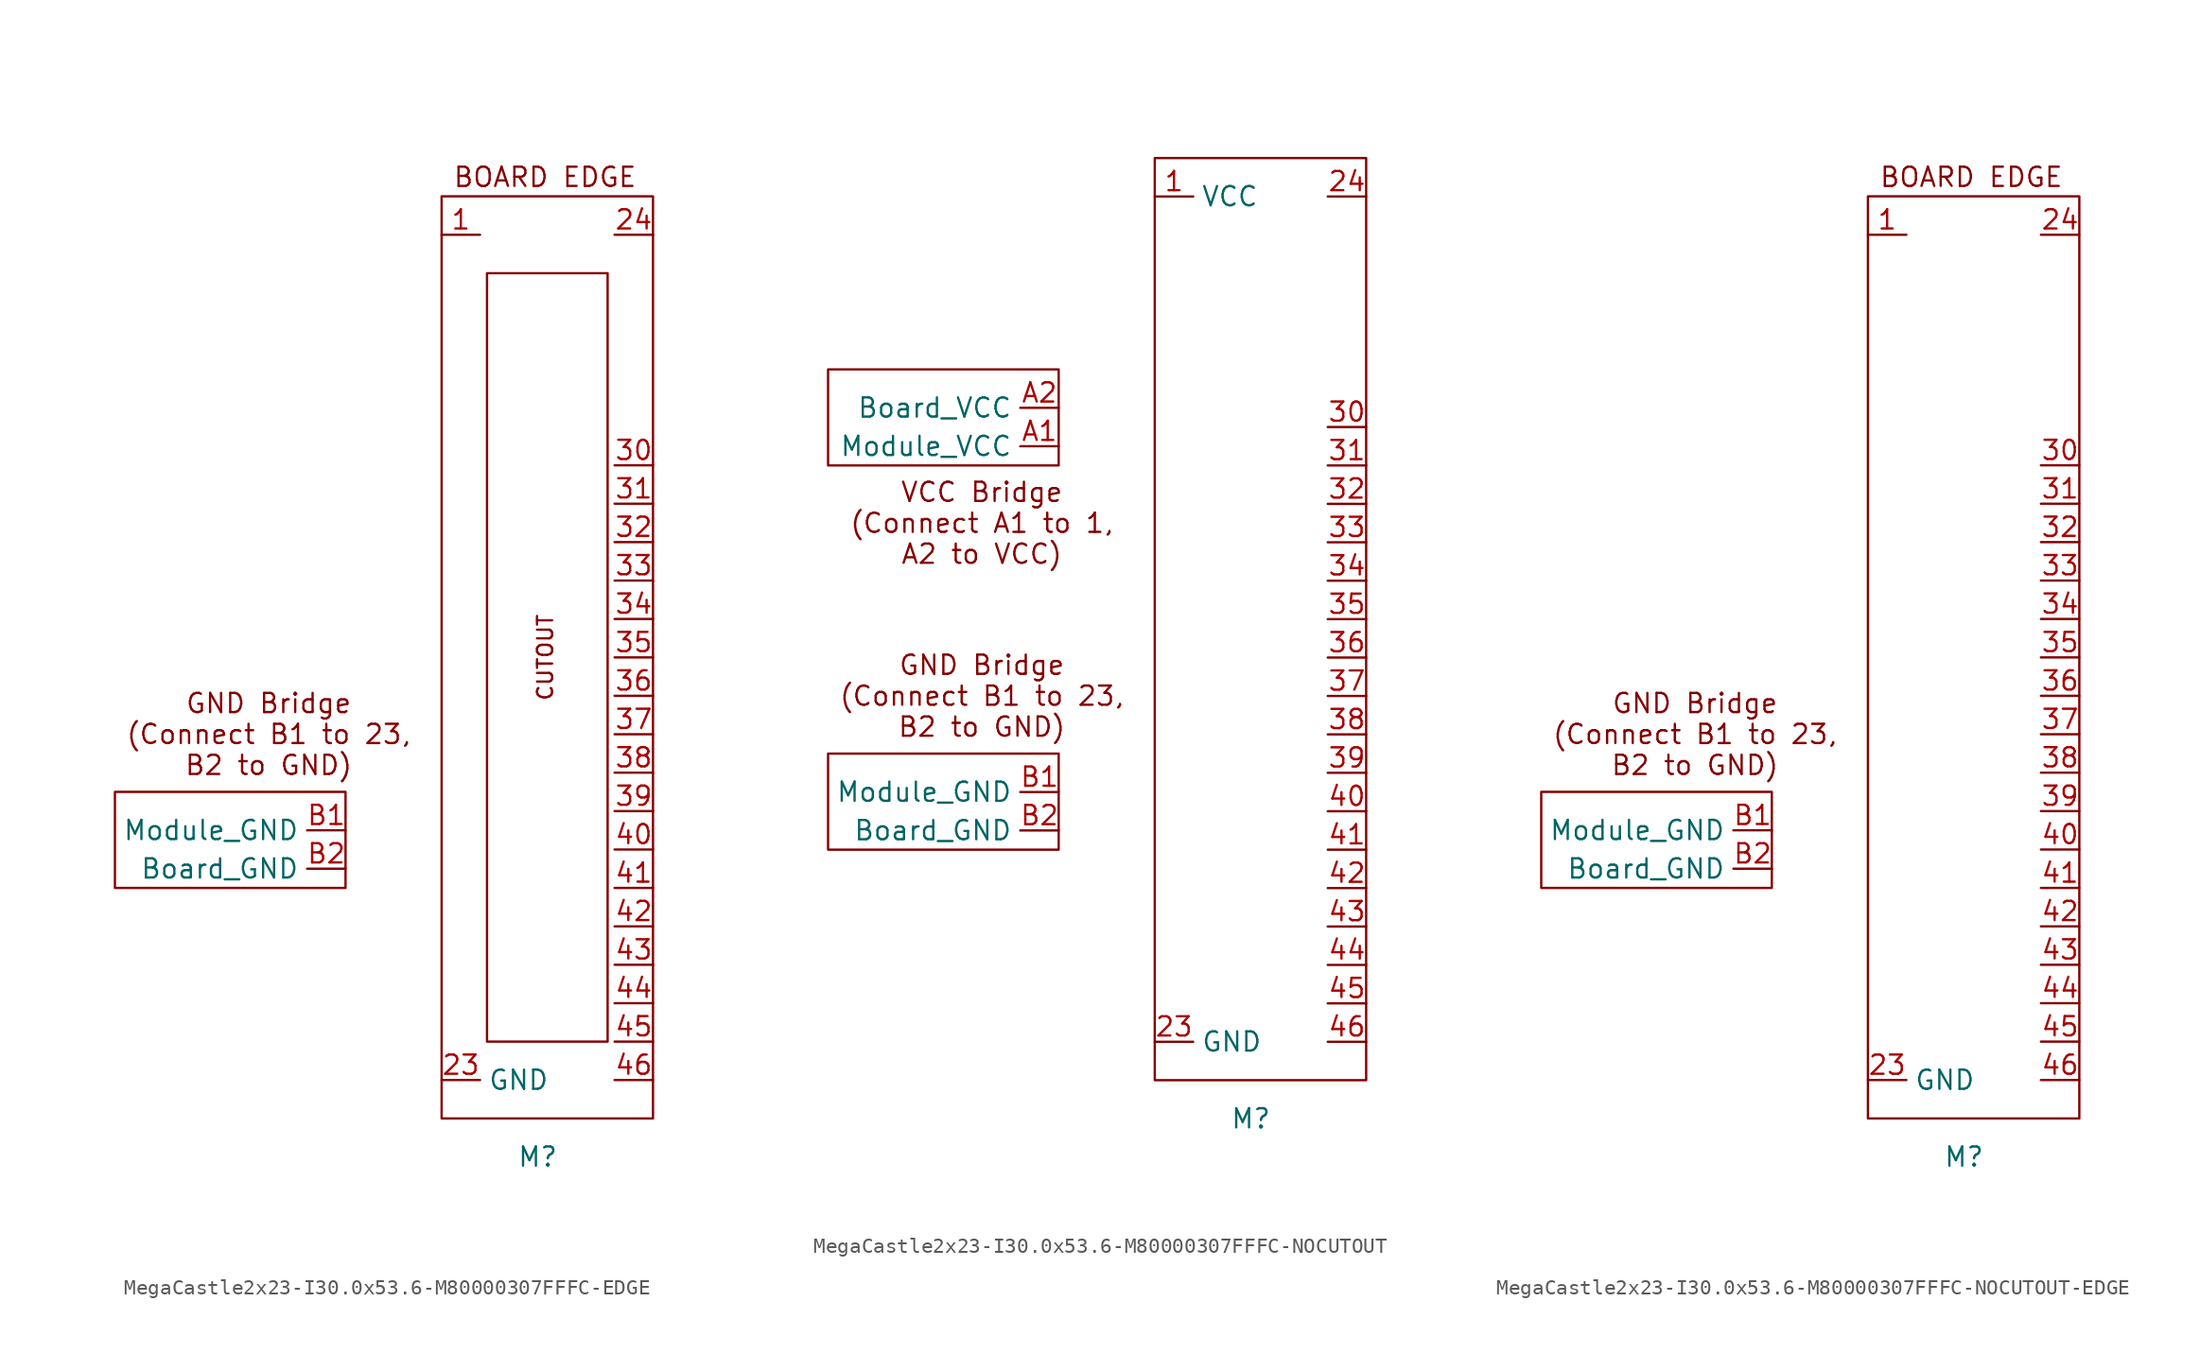
<source format=kicad_sym>
(kicad_symbol_lib
  (version 20231120)
  (generator "kicad_symbol_editor")
  (generator_version "8.0")
  (symbol "MegaCastle2x23-I30.0x53.6-M80000307FFFC-EDGE"
    (property "Reference" "M"
      (at 0 -33.02 0)
      (effects (font (size 1.27 1.27))))
    (property "Value" ""
      (at 0 5.08 0)
      (effects (font (size 1.27 1.27))))
    (symbol "MegaCastle2x23-I30.0x53.6-M80000307FFFC-EDGE_0_1"
      (rectangle (start -27.94 -8.89) (end -12.7 -15.24) (stroke (width 0) (type default)) (fill (type none)))
      (rectangle (start -6.35 30.48) (end 7.62 -30.48) (stroke (width 0) (type default)) (fill (type none)))
      (rectangle (start -3.35 25.4) (end 4.62 -25.4) (stroke (width 0) (type default)) (fill (type none))))
    (symbol "MegaCastle2x23-I30.0x53.6-M80000307FFFC-EDGE_1_1"
      (text " BOARD EDGE" (at 0 31.75 0) (effects (font (size 1.27 1.27))))
      (text "CUTOUT" (at 0.5 0 900) (effects (font (size 1 1))))
      (text "GND Bridge\n(Connect B1 to 23,\nB2 to GND)" (at -17.78 -5.08 0) (effects (font (size 1.27 1.27))))
      (pin bidirectional line (at -6.35 27.94 0) (length 2.54) (name "" (effects (font (size 1.27 1.27)))) (number "1" (effects (font (size 1.27 1.27)))))
      (pin bidirectional line (at -6.35 -27.94 0) (length 2.54) (name "GND" (effects (font (size 1.27 1.27)))) (number "23" (effects (font (size 1.27 1.27)))))
      (pin bidirectional line (at 7.62 27.94 180) (length 2.54) (name "" (effects (font (size 1.27 1.27)))) (number "24" (effects (font (size 1.27 1.27)))))
      (pin bidirectional line (at 7.62 12.7 180) (length 2.54) (name "" (effects (font (size 1.27 1.27)))) (number "30" (effects (font (size 1.27 1.27)))))
      (pin bidirectional line (at 7.62 10.16 180) (length 2.54) (name "" (effects (font (size 1.27 1.27)))) (number "31" (effects (font (size 1.27 1.27)))))
      (pin bidirectional line (at 7.62 7.62 180) (length 2.54) (name "" (effects (font (size 1.27 1.27)))) (number "32" (effects (font (size 1.27 1.27)))))
      (pin bidirectional line (at 7.62 5.08 180) (length 2.54) (name "" (effects (font (size 1.27 1.27)))) (number "33" (effects (font (size 1.27 1.27)))))
      (pin bidirectional line (at 7.62 2.54 180) (length 2.54) (name "" (effects (font (size 1.27 1.27)))) (number "34" (effects (font (size 1.27 1.27)))))
      (pin bidirectional line (at 7.62 0 180) (length 2.54) (name "" (effects (font (size 1.27 1.27)))) (number "35" (effects (font (size 1.27 1.27)))))
      (pin bidirectional line (at 7.62 -2.54 180) (length 2.54) (name "" (effects (font (size 1.27 1.27)))) (number "36" (effects (font (size 1.27 1.27)))))
      (pin bidirectional line (at 7.62 -5.08 180) (length 2.54) (name "" (effects (font (size 1.27 1.27)))) (number "37" (effects (font (size 1.27 1.27)))))
      (pin bidirectional line (at 7.62 -7.62 180) (length 2.54) (name "" (effects (font (size 1.27 1.27)))) (number "38" (effects (font (size 1.27 1.27)))))
      (pin bidirectional line (at 7.62 -10.16 180) (length 2.54) (name "" (effects (font (size 1.27 1.27)))) (number "39" (effects (font (size 1.27 1.27)))))
      (pin bidirectional line (at 7.62 -12.7 180) (length 2.54) (name "" (effects (font (size 1.27 1.27)))) (number "40" (effects (font (size 1.27 1.27)))))
      (pin bidirectional line (at 7.62 -15.24 180) (length 2.54) (name "" (effects (font (size 1.27 1.27)))) (number "41" (effects (font (size 1.27 1.27)))))
      (pin bidirectional line (at 7.62 -17.78 180) (length 2.54) (name "" (effects (font (size 1.27 1.27)))) (number "42" (effects (font (size 1.27 1.27)))))
      (pin bidirectional line (at 7.62 -20.32 180) (length 2.54) (name "" (effects (font (size 1.27 1.27)))) (number "43" (effects (font (size 1.27 1.27)))))
      (pin bidirectional line (at 7.62 -22.86 180) (length 2.54) (name "" (effects (font (size 1.27 1.27)))) (number "44" (effects (font (size 1.27 1.27)))))
      (pin bidirectional line (at 7.62 -25.4 180) (length 2.54) (name "" (effects (font (size 1.27 1.27)))) (number "45" (effects (font (size 1.27 1.27)))))
      (pin bidirectional line (at 7.62 -27.94 180) (length 2.54) (name "" (effects (font (size 1.27 1.27)))) (number "46" (effects (font (size 1.27 1.27)))))
      (pin bidirectional line (at -12.7 -11.43 180) (length 2.54) (name "Module_GND" (effects (font (size 1.27 1.27)))) (number "B1" (effects (font (size 1.27 1.27)))))
      (pin bidirectional line (at -12.7 -13.97 180) (length 2.54) (name "Board_GND" (effects (font (size 1.27 1.27)))) (number "B2" (effects (font (size 1.27 1.27)))))))
  (symbol "MegaCastle2x23-I30.0x53.6-M80000307FFFC-NOCUTOUT"
    (property "Reference" "M"
      (at 0 -33.02 0)
      (effects (font (size 1.27 1.27))))
    (property "Value" ""
      (at 0 5.08 0)
      (effects (font (size 1.27 1.27))))
    (symbol "MegaCastle2x23-I30.0x53.6-M80000307FFFC-NOCUTOUT_0_1"
      (rectangle (start -27.94 -8.89) (end -12.7 -15.24) (stroke (width 0) (type default)) (fill (type none)))
      (rectangle (start -27.94 16.51) (end -12.7 10.16) (stroke (width 0) (type default)) (fill (type none)))
      (rectangle (start -6.35 30.48) (end 7.62 -30.48) (stroke (width 0) (type default)) (fill (type none))))
    (symbol "MegaCastle2x23-I30.0x53.6-M80000307FFFC-NOCUTOUT_1_1"
      (text "GND Bridge\n(Connect B1 to 23,\nB2 to GND)" (at -17.78 -5.08 0) (effects (font (size 1.27 1.27))))
      (text "VCC Bridge\n(Connect A1 to 1,\nA2 to VCC)" (at -17.78 6.35 0) (effects (font (size 1.27 1.27))))
      (pin bidirectional line (at -6.35 27.94 0) (length 2.54) (name "VCC" (effects (font (size 1.27 1.27)))) (number "1" (effects (font (size 1.27 1.27)))))
      (pin bidirectional line (at -6.35 -27.94 0) (length 2.54) (name "GND" (effects (font (size 1.27 1.27)))) (number "23" (effects (font (size 1.27 1.27)))))
      (pin bidirectional line (at 7.62 27.94 180) (length 2.54) (name "" (effects (font (size 1.27 1.27)))) (number "24" (effects (font (size 1.27 1.27)))))
      (pin bidirectional line (at 7.62 12.7 180) (length 2.54) (name "" (effects (font (size 1.27 1.27)))) (number "30" (effects (font (size 1.27 1.27)))))
      (pin bidirectional line (at 7.62 10.16 180) (length 2.54) (name "" (effects (font (size 1.27 1.27)))) (number "31" (effects (font (size 1.27 1.27)))))
      (pin bidirectional line (at 7.62 7.62 180) (length 2.54) (name "" (effects (font (size 1.27 1.27)))) (number "32" (effects (font (size 1.27 1.27)))))
      (pin bidirectional line (at 7.62 5.08 180) (length 2.54) (name "" (effects (font (size 1.27 1.27)))) (number "33" (effects (font (size 1.27 1.27)))))
      (pin bidirectional line (at 7.62 2.54 180) (length 2.54) (name "" (effects (font (size 1.27 1.27)))) (number "34" (effects (font (size 1.27 1.27)))))
      (pin bidirectional line (at 7.62 0 180) (length 2.54) (name "" (effects (font (size 1.27 1.27)))) (number "35" (effects (font (size 1.27 1.27)))))
      (pin bidirectional line (at 7.62 -2.54 180) (length 2.54) (name "" (effects (font (size 1.27 1.27)))) (number "36" (effects (font (size 1.27 1.27)))))
      (pin bidirectional line (at 7.62 -5.08 180) (length 2.54) (name "" (effects (font (size 1.27 1.27)))) (number "37" (effects (font (size 1.27 1.27)))))
      (pin bidirectional line (at 7.62 -7.62 180) (length 2.54) (name "" (effects (font (size 1.27 1.27)))) (number "38" (effects (font (size 1.27 1.27)))))
      (pin bidirectional line (at 7.62 -10.16 180) (length 2.54) (name "" (effects (font (size 1.27 1.27)))) (number "39" (effects (font (size 1.27 1.27)))))
      (pin bidirectional line (at 7.62 -12.7 180) (length 2.54) (name "" (effects (font (size 1.27 1.27)))) (number "40" (effects (font (size 1.27 1.27)))))
      (pin bidirectional line (at 7.62 -15.24 180) (length 2.54) (name "" (effects (font (size 1.27 1.27)))) (number "41" (effects (font (size 1.27 1.27)))))
      (pin bidirectional line (at 7.62 -17.78 180) (length 2.54) (name "" (effects (font (size 1.27 1.27)))) (number "42" (effects (font (size 1.27 1.27)))))
      (pin bidirectional line (at 7.62 -20.32 180) (length 2.54) (name "" (effects (font (size 1.27 1.27)))) (number "43" (effects (font (size 1.27 1.27)))))
      (pin bidirectional line (at 7.62 -22.86 180) (length 2.54) (name "" (effects (font (size 1.27 1.27)))) (number "44" (effects (font (size 1.27 1.27)))))
      (pin bidirectional line (at 7.62 -25.4 180) (length 2.54) (name "" (effects (font (size 1.27 1.27)))) (number "45" (effects (font (size 1.27 1.27)))))
      (pin bidirectional line (at 7.62 -27.94 180) (length 2.54) (name "" (effects (font (size 1.27 1.27)))) (number "46" (effects (font (size 1.27 1.27)))))
      (pin bidirectional line (at -12.7 11.43 180) (length 2.54) (name "Module_VCC" (effects (font (size 1.27 1.27)))) (number "A1" (effects (font (size 1.27 1.27)))))
      (pin bidirectional line (at -12.7 13.97 180) (length 2.54) (name "Board_VCC" (effects (font (size 1.27 1.27)))) (number "A2" (effects (font (size 1.27 1.27)))))
      (pin bidirectional line (at -12.7 -11.43 180) (length 2.54) (name "Module_GND" (effects (font (size 1.27 1.27)))) (number "B1" (effects (font (size 1.27 1.27)))))
      (pin bidirectional line (at -12.7 -13.97 180) (length 2.54) (name "Board_GND" (effects (font (size 1.27 1.27)))) (number "B2" (effects (font (size 1.27 1.27)))))))
  (symbol "MegaCastle2x23-I30.0x53.6-M80000307FFFC-NOCUTOUT-EDGE"
    (property "Reference" "M"
      (at 0 -33.02 0)
      (effects (font (size 1.27 1.27))))
    (property "Value" ""
      (at 0 5.08 0)
      (effects (font (size 1.27 1.27))))
    (symbol "MegaCastle2x23-I30.0x53.6-M80000307FFFC-NOCUTOUT-EDGE_0_1"
      (rectangle (start -27.94 -8.89) (end -12.7 -15.24) (stroke (width 0) (type default)) (fill (type none)))
      (rectangle (start -6.35 30.48) (end 7.62 -30.48) (stroke (width 0) (type default)) (fill (type none))))
    (symbol "MegaCastle2x23-I30.0x53.6-M80000307FFFC-NOCUTOUT-EDGE_1_1"
      (text " BOARD EDGE" (at 0 31.75 0) (effects (font (size 1.27 1.27))))
      (text "GND Bridge\n(Connect B1 to 23,\nB2 to GND)" (at -17.78 -5.08 0) (effects (font (size 1.27 1.27))))
      (pin bidirectional line (at -6.35 27.94 0) (length 2.54) (name "" (effects (font (size 1.27 1.27)))) (number "1" (effects (font (size 1.27 1.27)))))
      (pin bidirectional line (at -6.35 -27.94 0) (length 2.54) (name "GND" (effects (font (size 1.27 1.27)))) (number "23" (effects (font (size 1.27 1.27)))))
      (pin bidirectional line (at 7.62 27.94 180) (length 2.54) (name "" (effects (font (size 1.27 1.27)))) (number "24" (effects (font (size 1.27 1.27)))))
      (pin bidirectional line (at 7.62 12.7 180) (length 2.54) (name "" (effects (font (size 1.27 1.27)))) (number "30" (effects (font (size 1.27 1.27)))))
      (pin bidirectional line (at 7.62 10.16 180) (length 2.54) (name "" (effects (font (size 1.27 1.27)))) (number "31" (effects (font (size 1.27 1.27)))))
      (pin bidirectional line (at 7.62 7.62 180) (length 2.54) (name "" (effects (font (size 1.27 1.27)))) (number "32" (effects (font (size 1.27 1.27)))))
      (pin bidirectional line (at 7.62 5.08 180) (length 2.54) (name "" (effects (font (size 1.27 1.27)))) (number "33" (effects (font (size 1.27 1.27)))))
      (pin bidirectional line (at 7.62 2.54 180) (length 2.54) (name "" (effects (font (size 1.27 1.27)))) (number "34" (effects (font (size 1.27 1.27)))))
      (pin bidirectional line (at 7.62 0 180) (length 2.54) (name "" (effects (font (size 1.27 1.27)))) (number "35" (effects (font (size 1.27 1.27)))))
      (pin bidirectional line (at 7.62 -2.54 180) (length 2.54) (name "" (effects (font (size 1.27 1.27)))) (number "36" (effects (font (size 1.27 1.27)))))
      (pin bidirectional line (at 7.62 -5.08 180) (length 2.54) (name "" (effects (font (size 1.27 1.27)))) (number "37" (effects (font (size 1.27 1.27)))))
      (pin bidirectional line (at 7.62 -7.62 180) (length 2.54) (name "" (effects (font (size 1.27 1.27)))) (number "38" (effects (font (size 1.27 1.27)))))
      (pin bidirectional line (at 7.62 -10.16 180) (length 2.54) (name "" (effects (font (size 1.27 1.27)))) (number "39" (effects (font (size 1.27 1.27)))))
      (pin bidirectional line (at 7.62 -12.7 180) (length 2.54) (name "" (effects (font (size 1.27 1.27)))) (number "40" (effects (font (size 1.27 1.27)))))
      (pin bidirectional line (at 7.62 -15.24 180) (length 2.54) (name "" (effects (font (size 1.27 1.27)))) (number "41" (effects (font (size 1.27 1.27)))))
      (pin bidirectional line (at 7.62 -17.78 180) (length 2.54) (name "" (effects (font (size 1.27 1.27)))) (number "42" (effects (font (size 1.27 1.27)))))
      (pin bidirectional line (at 7.62 -20.32 180) (length 2.54) (name "" (effects (font (size 1.27 1.27)))) (number "43" (effects (font (size 1.27 1.27)))))
      (pin bidirectional line (at 7.62 -22.86 180) (length 2.54) (name "" (effects (font (size 1.27 1.27)))) (number "44" (effects (font (size 1.27 1.27)))))
      (pin bidirectional line (at 7.62 -25.4 180) (length 2.54) (name "" (effects (font (size 1.27 1.27)))) (number "45" (effects (font (size 1.27 1.27)))))
      (pin bidirectional line (at 7.62 -27.94 180) (length 2.54) (name "" (effects (font (size 1.27 1.27)))) (number "46" (effects (font (size 1.27 1.27)))))
      (pin bidirectional line (at -12.7 -11.43 180) (length 2.54) (name "Module_GND" (effects (font (size 1.27 1.27)))) (number "B1" (effects (font (size 1.27 1.27)))))
      (pin bidirectional line (at -12.7 -13.97 180) (length 2.54) (name "Board_GND" (effects (font (size 1.27 1.27)))) (number "B2" (effects (font (size 1.27 1.27))))))))
</source>
